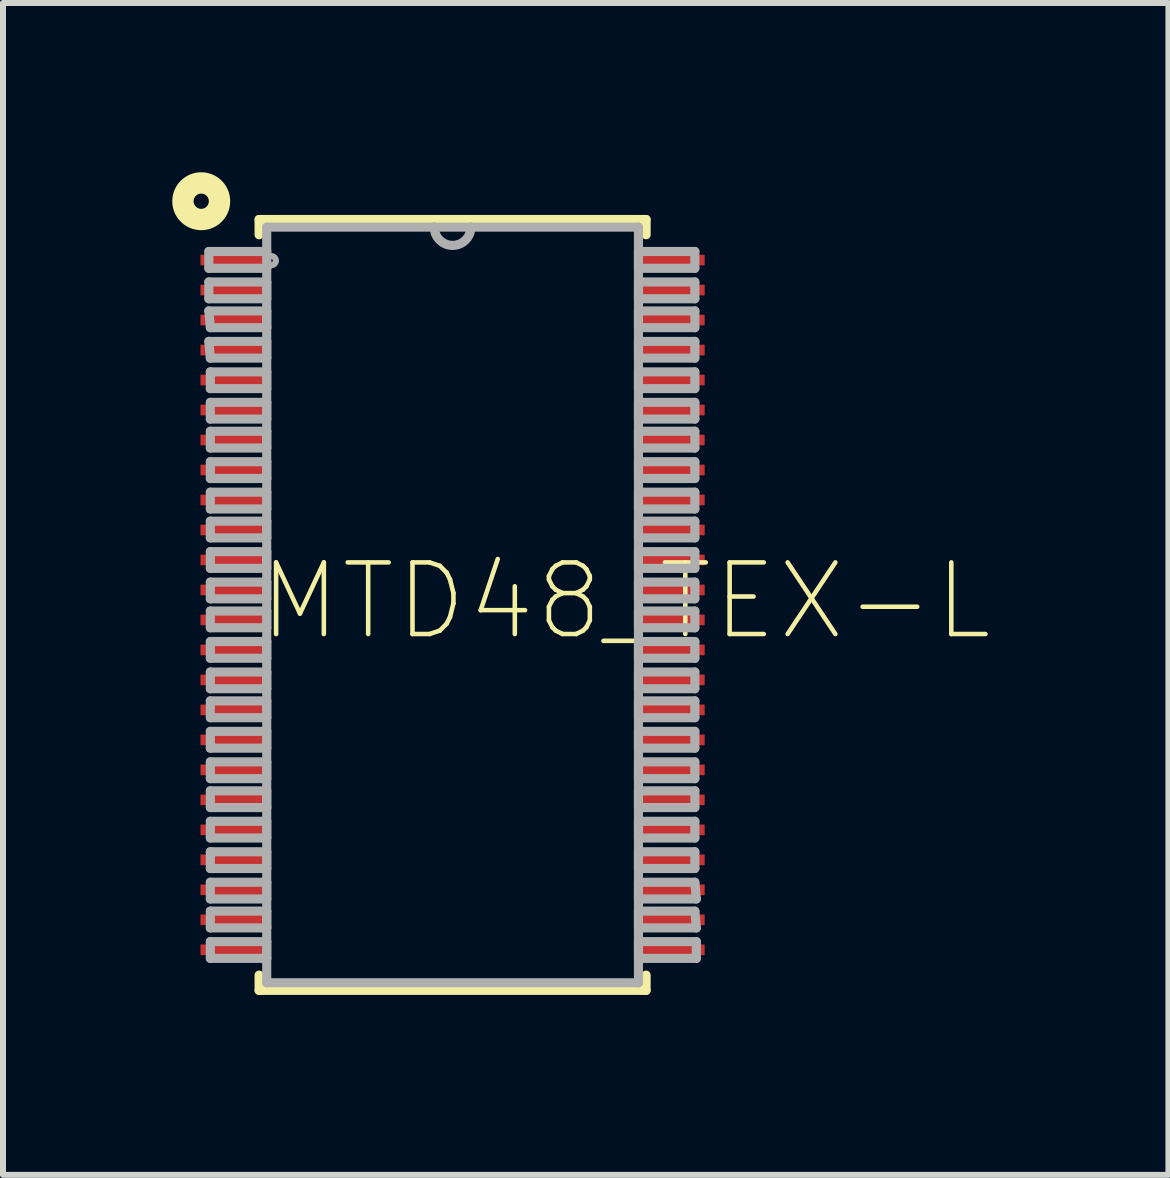
<source format=kicad_pcb>
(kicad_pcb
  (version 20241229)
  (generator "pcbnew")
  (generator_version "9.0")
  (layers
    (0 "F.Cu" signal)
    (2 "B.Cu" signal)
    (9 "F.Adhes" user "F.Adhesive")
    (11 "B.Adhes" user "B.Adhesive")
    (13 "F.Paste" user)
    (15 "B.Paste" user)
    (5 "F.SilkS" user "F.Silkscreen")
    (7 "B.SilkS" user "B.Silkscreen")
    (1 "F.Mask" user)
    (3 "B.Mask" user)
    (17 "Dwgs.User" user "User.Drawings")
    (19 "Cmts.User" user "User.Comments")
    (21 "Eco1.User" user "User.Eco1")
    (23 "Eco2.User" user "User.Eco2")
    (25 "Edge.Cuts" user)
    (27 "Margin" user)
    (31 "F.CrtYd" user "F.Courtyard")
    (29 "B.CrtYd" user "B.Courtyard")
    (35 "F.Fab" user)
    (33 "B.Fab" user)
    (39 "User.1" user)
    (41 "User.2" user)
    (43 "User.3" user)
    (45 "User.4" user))
  (footprint "MTD48_TEX-L"
    (layer "F.Cu")
    (at 4.496 7.036)
    (property "Reference" "MTD48_TEX-L" (at -3.277 0.635 0) (unlocked yes) (layer "F.SilkS") (effects (font (size 1.194 1.194) (thickness 0.076)) (justify left bottom)))
    (fp_line (start -3.226 -6.426) (end -3.226 -6.172) (stroke (width 0.152) (type solid)) (layer "F.SilkS"))
    (fp_line (start -3.226 6.172) (end -3.226 6.426) (stroke (width 0.152) (type solid)) (layer "F.SilkS"))
    (fp_line (start -3.226 6.426) (end 3.226 6.426) (stroke (width 0.152) (type solid)) (layer "F.SilkS"))
    (fp_line (start 3.226 -6.426) (end -3.226 -6.426) (stroke (width 0.152) (type solid)) (layer "F.SilkS"))
    (fp_line (start 3.226 -6.172) (end 3.226 -6.426) (stroke (width 0.152) (type solid)) (layer "F.SilkS"))
    (fp_line (start 3.226 6.426) (end 3.226 6.172) (stroke (width 0.152) (type solid)) (layer "F.SilkS"))
    (fp_circle (center -4.191 -6.731) (end -4.064 -6.731) (stroke (width 0.356) (type solid)) (fill no) (layer "F.SilkS"))
    (fp_line (start -4.064 -5.893) (end -4.064 -5.613) (stroke (width 0.152) (type solid)) (layer "F.Fab"))
    (fp_line (start -4.064 -5.613) (end -3.099 -5.613) (stroke (width 0.152) (type solid)) (layer "F.Fab"))
    (fp_line (start -4.064 -5.385) (end -4.064 -5.105) (stroke (width 0.152) (type solid)) (layer "F.Fab"))
    (fp_line (start -4.064 -5.105) (end -3.099 -5.105) (stroke (width 0.152) (type solid)) (layer "F.Fab"))
    (fp_line (start -4.064 -4.902) (end -4.039 -4.623) (stroke (width 0.152) (type solid)) (layer "F.Fab"))
    (fp_line (start -4.064 -4.394) (end -4.039 -4.115) (stroke (width 0.152) (type solid)) (layer "F.Fab"))
    (fp_line (start -4.039 -4.623) (end -3.099 -4.623) (stroke (width 0.152) (type solid)) (layer "F.Fab"))
    (fp_line (start -4.039 -4.115) (end -3.099 -4.115) (stroke (width 0.152) (type solid)) (layer "F.Fab"))
    (fp_line (start -4.039 -3.886) (end -4.039 -3.607) (stroke (width 0.152) (type solid)) (layer "F.Fab"))
    (fp_line (start -4.039 -3.607) (end -3.099 -3.607) (stroke (width 0.152) (type solid)) (layer "F.Fab"))
    (fp_line (start -4.039 -3.378) (end -4.039 -3.099) (stroke (width 0.152) (type solid)) (layer "F.Fab"))
    (fp_line (start -4.039 -3.099) (end -3.099 -3.099) (stroke (width 0.152) (type solid)) (layer "F.Fab"))
    (fp_line (start -4.039 -2.896) (end -4.039 -2.616) (stroke (width 0.152) (type solid)) (layer "F.Fab"))
    (fp_line (start -4.039 -2.616) (end -3.099 -2.616) (stroke (width 0.152) (type solid)) (layer "F.Fab"))
    (fp_line (start -4.039 -2.388) (end -4.039 -2.108) (stroke (width 0.152) (type solid)) (layer "F.Fab"))
    (fp_line (start -4.039 -2.108) (end -3.099 -2.108) (stroke (width 0.152) (type solid)) (layer "F.Fab"))
    (fp_line (start -4.039 -1.88) (end -4.039 -1.6) (stroke (width 0.152) (type solid)) (layer "F.Fab"))
    (fp_line (start -4.039 -1.6) (end -3.099 -1.6) (stroke (width 0.152) (type solid)) (layer "F.Fab"))
    (fp_line (start -4.039 -1.397) (end -4.039 -1.118) (stroke (width 0.152) (type solid)) (layer "F.Fab"))
    (fp_line (start -4.039 -1.118) (end -3.099 -1.118) (stroke (width 0.152) (type solid)) (layer "F.Fab"))
    (fp_line (start -4.039 -0.889) (end -4.039 -0.61) (stroke (width 0.152) (type solid)) (layer "F.Fab"))
    (fp_line (start -4.039 -0.61) (end -3.099 -0.61) (stroke (width 0.152) (type solid)) (layer "F.Fab"))
    (fp_line (start -4.039 -0.381) (end -4.039 -0.102) (stroke (width 0.152) (type solid)) (layer "F.Fab"))
    (fp_line (start -4.039 -0.102) (end -3.099 -0.102) (stroke (width 0.152) (type solid)) (layer "F.Fab"))
    (fp_line (start -4.039 0.102) (end -4.039 0.381) (stroke (width 0.152) (type solid)) (layer "F.Fab"))
    (fp_line (start -4.039 0.381) (end -3.099 0.381) (stroke (width 0.152) (type solid)) (layer "F.Fab"))
    (fp_line (start -4.039 0.61) (end -4.039 0.889) (stroke (width 0.152) (type solid)) (layer "F.Fab"))
    (fp_line (start -4.039 0.889) (end -3.099 0.889) (stroke (width 0.152) (type solid)) (layer "F.Fab"))
    (fp_line (start -4.039 1.118) (end -4.039 1.397) (stroke (width 0.152) (type solid)) (layer "F.Fab"))
    (fp_line (start -4.039 1.397) (end -3.099 1.397) (stroke (width 0.152) (type solid)) (layer "F.Fab"))
    (fp_line (start -4.039 1.6) (end -4.039 1.88) (stroke (width 0.152) (type solid)) (layer "F.Fab"))
    (fp_line (start -4.039 1.88) (end -3.099 1.88) (stroke (width 0.152) (type solid)) (layer "F.Fab"))
    (fp_line (start -4.039 2.108) (end -4.039 2.388) (stroke (width 0.152) (type solid)) (layer "F.Fab"))
    (fp_line (start -4.039 2.388) (end -3.099 2.388) (stroke (width 0.152) (type solid)) (layer "F.Fab"))
    (fp_line (start -4.039 2.616) (end -4.039 2.896) (stroke (width 0.152) (type solid)) (layer "F.Fab"))
    (fp_line (start -4.039 2.896) (end -3.099 2.896) (stroke (width 0.152) (type solid)) (layer "F.Fab"))
    (fp_line (start -4.039 3.099) (end -4.039 3.378) (stroke (width 0.152) (type solid)) (layer "F.Fab"))
    (fp_line (start -4.039 3.378) (end -3.099 3.378) (stroke (width 0.152) (type solid)) (layer "F.Fab"))
    (fp_line (start -4.039 3.607) (end -4.039 3.886) (stroke (width 0.152) (type solid)) (layer "F.Fab"))
    (fp_line (start -4.039 3.886) (end -3.099 3.886) (stroke (width 0.152) (type solid)) (layer "F.Fab"))
    (fp_line (start -4.039 4.115) (end -4.039 4.394) (stroke (width 0.152) (type solid)) (layer "F.Fab"))
    (fp_line (start -4.039 4.394) (end -3.099 4.394) (stroke (width 0.152) (type solid)) (layer "F.Fab"))
    (fp_line (start -4.039 4.623) (end -4.039 4.902) (stroke (width 0.152) (type solid)) (layer "F.Fab"))
    (fp_line (start -4.039 4.902) (end -3.099 4.902) (stroke (width 0.152) (type solid)) (layer "F.Fab"))
    (fp_line (start -4.039 5.105) (end -4.039 5.385) (stroke (width 0.152) (type solid)) (layer "F.Fab"))
    (fp_line (start -4.039 5.385) (end -3.099 5.385) (stroke (width 0.152) (type solid)) (layer "F.Fab"))
    (fp_line (start -4.039 5.613) (end -4.039 5.893) (stroke (width 0.152) (type solid)) (layer "F.Fab"))
    (fp_line (start -4.039 5.893) (end -3.099 5.893) (stroke (width 0.152) (type solid)) (layer "F.Fab"))
    (fp_line (start -3.099 -6.299) (end -3.099 -5.893) (stroke (width 0.152) (type solid)) (layer "F.Fab"))
    (fp_line (start -3.099 -5.893) (end -4.064 -5.893) (stroke (width 0.152) (type solid)) (layer "F.Fab"))
    (fp_line (start -3.099 -5.74) (end -3.099 -5.893) (stroke (width 0.152) (type solid)) (layer "F.Fab"))
    (fp_line (start -3.099 -5.613) (end -3.099 -5.74) (stroke (width 0.152) (type solid)) (layer "F.Fab"))
    (fp_line (start -3.099 -5.613) (end -3.099 6.299) (stroke (width 0.152) (type solid)) (layer "F.Fab"))
    (fp_line (start -3.099 -5.385) (end -4.064 -5.385) (stroke (width 0.152) (type solid)) (layer "F.Fab"))
    (fp_line (start -3.099 -5.105) (end -3.099 -5.385) (stroke (width 0.152) (type solid)) (layer "F.Fab"))
    (fp_line (start -3.099 -4.902) (end -4.064 -4.902) (stroke (width 0.152) (type solid)) (layer "F.Fab"))
    (fp_line (start -3.099 -4.623) (end -3.099 -4.902) (stroke (width 0.152) (type solid)) (layer "F.Fab"))
    (fp_line (start -3.099 -4.394) (end -4.064 -4.394) (stroke (width 0.152) (type solid)) (layer "F.Fab"))
    (fp_line (start -3.099 -4.115) (end -3.099 -4.394) (stroke (width 0.152) (type solid)) (layer "F.Fab"))
    (fp_line (start -3.099 -3.886) (end -4.039 -3.886) (stroke (width 0.152) (type solid)) (layer "F.Fab"))
    (fp_line (start -3.099 -3.607) (end -3.099 -3.886) (stroke (width 0.152) (type solid)) (layer "F.Fab"))
    (fp_line (start -3.099 -3.378) (end -4.039 -3.378) (stroke (width 0.152) (type solid)) (layer "F.Fab"))
    (fp_line (start -3.099 -3.099) (end -3.099 -3.378) (stroke (width 0.152) (type solid)) (layer "F.Fab"))
    (fp_line (start -3.099 -2.896) (end -4.039 -2.896) (stroke (width 0.152) (type solid)) (layer "F.Fab"))
    (fp_line (start -3.099 -2.616) (end -3.099 -2.896) (stroke (width 0.152) (type solid)) (layer "F.Fab"))
    (fp_line (start -3.099 -2.388) (end -4.039 -2.388) (stroke (width 0.152) (type solid)) (layer "F.Fab"))
    (fp_line (start -3.099 -2.108) (end -3.099 -2.388) (stroke (width 0.152) (type solid)) (layer "F.Fab"))
    (fp_line (start -3.099 -1.88) (end -4.039 -1.88) (stroke (width 0.152) (type solid)) (layer "F.Fab"))
    (fp_line (start -3.099 -1.6) (end -3.099 -1.88) (stroke (width 0.152) (type solid)) (layer "F.Fab"))
    (fp_line (start -3.099 -1.397) (end -4.039 -1.397) (stroke (width 0.152) (type solid)) (layer "F.Fab"))
    (fp_line (start -3.099 -1.118) (end -3.099 -1.397) (stroke (width 0.152) (type solid)) (layer "F.Fab"))
    (fp_line (start -3.099 -0.889) (end -4.039 -0.889) (stroke (width 0.152) (type solid)) (layer "F.Fab"))
    (fp_line (start -3.099 -0.61) (end -3.099 -0.889) (stroke (width 0.152) (type solid)) (layer "F.Fab"))
    (fp_line (start -3.099 -0.381) (end -4.039 -0.381) (stroke (width 0.152) (type solid)) (layer "F.Fab"))
    (fp_line (start -3.099 -0.102) (end -3.099 -0.381) (stroke (width 0.152) (type solid)) (layer "F.Fab"))
    (fp_line (start -3.099 0.102) (end -4.039 0.102) (stroke (width 0.152) (type solid)) (layer "F.Fab"))
    (fp_line (start -3.099 0.381) (end -3.099 0.102) (stroke (width 0.152) (type solid)) (layer "F.Fab"))
    (fp_line (start -3.099 0.61) (end -4.039 0.61) (stroke (width 0.152) (type solid)) (layer "F.Fab"))
    (fp_line (start -3.099 0.889) (end -3.099 0.61) (stroke (width 0.152) (type solid)) (layer "F.Fab"))
    (fp_line (start -3.099 1.118) (end -4.039 1.118) (stroke (width 0.152) (type solid)) (layer "F.Fab"))
    (fp_line (start -3.099 1.397) (end -3.099 1.118) (stroke (width 0.152) (type solid)) (layer "F.Fab"))
    (fp_line (start -3.099 1.6) (end -4.039 1.6) (stroke (width 0.152) (type solid)) (layer "F.Fab"))
    (fp_line (start -3.099 1.88) (end -3.099 1.6) (stroke (width 0.152) (type solid)) (layer "F.Fab"))
    (fp_line (start -3.099 2.108) (end -4.039 2.108) (stroke (width 0.152) (type solid)) (layer "F.Fab"))
    (fp_line (start -3.099 2.388) (end -3.099 2.108) (stroke (width 0.152) (type solid)) (layer "F.Fab"))
    (fp_line (start -3.099 2.616) (end -4.039 2.616) (stroke (width 0.152) (type solid)) (layer "F.Fab"))
    (fp_line (start -3.099 2.896) (end -3.099 2.616) (stroke (width 0.152) (type solid)) (layer "F.Fab"))
    (fp_line (start -3.099 3.099) (end -4.039 3.099) (stroke (width 0.152) (type solid)) (layer "F.Fab"))
    (fp_line (start -3.099 3.378) (end -3.099 3.099) (stroke (width 0.152) (type solid)) (layer "F.Fab"))
    (fp_line (start -3.099 3.607) (end -4.039 3.607) (stroke (width 0.152) (type solid)) (layer "F.Fab"))
    (fp_line (start -3.099 3.886) (end -3.099 3.607) (stroke (width 0.152) (type solid)) (layer "F.Fab"))
    (fp_line (start -3.099 4.115) (end -4.039 4.115) (stroke (width 0.152) (type solid)) (layer "F.Fab"))
    (fp_line (start -3.099 4.394) (end -3.099 4.115) (stroke (width 0.152) (type solid)) (layer "F.Fab"))
    (fp_line (start -3.099 4.623) (end -4.039 4.623) (stroke (width 0.152) (type solid)) (layer "F.Fab"))
    (fp_line (start -3.099 4.902) (end -3.099 4.623) (stroke (width 0.152) (type solid)) (layer "F.Fab"))
    (fp_line (start -3.099 5.105) (end -4.039 5.105) (stroke (width 0.152) (type solid)) (layer "F.Fab"))
    (fp_line (start -3.099 5.385) (end -3.099 5.105) (stroke (width 0.152) (type solid)) (layer "F.Fab"))
    (fp_line (start -3.099 5.613) (end -4.039 5.613) (stroke (width 0.152) (type solid)) (layer "F.Fab"))
    (fp_line (start -3.099 5.893) (end -3.099 5.613) (stroke (width 0.152) (type solid)) (layer "F.Fab"))
    (fp_line (start -3.099 6.299) (end 3.099 6.299) (stroke (width 0.152) (type solid)) (layer "F.Fab"))
    (fp_line (start -0.305 -6.299) (end -3.099 -6.299) (stroke (width 0.152) (type solid)) (layer "F.Fab"))
    (fp_line (start 0.305 -6.299) (end -0.305 -6.299) (stroke (width 0.152) (type solid)) (layer "F.Fab"))
    (fp_line (start 3.099 -6.299) (end 0.305 -6.299) (stroke (width 0.152) (type solid)) (layer "F.Fab"))
    (fp_line (start 3.099 -5.893) (end 3.099 -5.613) (stroke (width 0.152) (type solid)) (layer "F.Fab"))
    (fp_line (start 3.099 -5.613) (end 4.039 -5.613) (stroke (width 0.152) (type solid)) (layer "F.Fab"))
    (fp_line (start 3.099 -5.385) (end 3.099 -5.105) (stroke (width 0.152) (type solid)) (layer "F.Fab"))
    (fp_line (start 3.099 -5.105) (end 4.039 -5.105) (stroke (width 0.152) (type solid)) (layer "F.Fab"))
    (fp_line (start 3.099 -4.902) (end 3.099 -4.623) (stroke (width 0.152) (type solid)) (layer "F.Fab"))
    (fp_line (start 3.099 -4.623) (end 4.039 -4.623) (stroke (width 0.152) (type solid)) (layer "F.Fab"))
    (fp_line (start 3.099 -4.394) (end 3.099 -4.115) (stroke (width 0.152) (type solid)) (layer "F.Fab"))
    (fp_line (start 3.099 -4.115) (end 4.039 -4.115) (stroke (width 0.152) (type solid)) (layer "F.Fab"))
    (fp_line (start 3.099 -3.886) (end 3.099 -3.607) (stroke (width 0.152) (type solid)) (layer "F.Fab"))
    (fp_line (start 3.099 -3.607) (end 4.039 -3.607) (stroke (width 0.152) (type solid)) (layer "F.Fab"))
    (fp_line (start 3.099 -3.378) (end 3.099 -3.099) (stroke (width 0.152) (type solid)) (layer "F.Fab"))
    (fp_line (start 3.099 -3.099) (end 4.039 -3.099) (stroke (width 0.152) (type solid)) (layer "F.Fab"))
    (fp_line (start 3.099 -2.896) (end 3.099 -2.616) (stroke (width 0.152) (type solid)) (layer "F.Fab"))
    (fp_line (start 3.099 -2.616) (end 4.039 -2.616) (stroke (width 0.152) (type solid)) (layer "F.Fab"))
    (fp_line (start 3.099 -2.388) (end 3.099 -2.108) (stroke (width 0.152) (type solid)) (layer "F.Fab"))
    (fp_line (start 3.099 -2.108) (end 4.039 -2.108) (stroke (width 0.152) (type solid)) (layer "F.Fab"))
    (fp_line (start 3.099 -1.88) (end 3.099 -1.6) (stroke (width 0.152) (type solid)) (layer "F.Fab"))
    (fp_line (start 3.099 -1.6) (end 4.039 -1.6) (stroke (width 0.152) (type solid)) (layer "F.Fab"))
    (fp_line (start 3.099 -1.397) (end 3.099 -1.118) (stroke (width 0.152) (type solid)) (layer "F.Fab"))
    (fp_line (start 3.099 -1.118) (end 4.039 -1.118) (stroke (width 0.152) (type solid)) (layer "F.Fab"))
    (fp_line (start 3.099 -0.889) (end 3.099 -0.61) (stroke (width 0.152) (type solid)) (layer "F.Fab"))
    (fp_line (start 3.099 -0.61) (end 4.039 -0.61) (stroke (width 0.152) (type solid)) (layer "F.Fab"))
    (fp_line (start 3.099 -0.381) (end 3.099 -0.102) (stroke (width 0.152) (type solid)) (layer "F.Fab"))
    (fp_line (start 3.099 -0.102) (end 4.039 -0.102) (stroke (width 0.152) (type solid)) (layer "F.Fab"))
    (fp_line (start 3.099 0.102) (end 3.099 0.381) (stroke (width 0.152) (type solid)) (layer "F.Fab"))
    (fp_line (start 3.099 0.381) (end 4.039 0.381) (stroke (width 0.152) (type solid)) (layer "F.Fab"))
    (fp_line (start 3.099 0.61) (end 3.099 0.889) (stroke (width 0.152) (type solid)) (layer "F.Fab"))
    (fp_line (start 3.099 0.889) (end 4.039 0.889) (stroke (width 0.152) (type solid)) (layer "F.Fab"))
    (fp_line (start 3.099 1.118) (end 3.099 1.397) (stroke (width 0.152) (type solid)) (layer "F.Fab"))
    (fp_line (start 3.099 1.397) (end 4.039 1.397) (stroke (width 0.152) (type solid)) (layer "F.Fab"))
    (fp_line (start 3.099 1.6) (end 3.099 1.88) (stroke (width 0.152) (type solid)) (layer "F.Fab"))
    (fp_line (start 3.099 1.88) (end 4.039 1.88) (stroke (width 0.152) (type solid)) (layer "F.Fab"))
    (fp_line (start 3.099 2.108) (end 3.099 2.388) (stroke (width 0.152) (type solid)) (layer "F.Fab"))
    (fp_line (start 3.099 2.388) (end 4.039 2.388) (stroke (width 0.152) (type solid)) (layer "F.Fab"))
    (fp_line (start 3.099 2.616) (end 3.099 2.896) (stroke (width 0.152) (type solid)) (layer "F.Fab"))
    (fp_line (start 3.099 2.896) (end 4.039 2.896) (stroke (width 0.152) (type solid)) (layer "F.Fab"))
    (fp_line (start 3.099 3.099) (end 3.099 3.378) (stroke (width 0.152) (type solid)) (layer "F.Fab"))
    (fp_line (start 3.099 3.378) (end 4.039 3.378) (stroke (width 0.152) (type solid)) (layer "F.Fab"))
    (fp_line (start 3.099 3.607) (end 3.099 3.886) (stroke (width 0.152) (type solid)) (layer "F.Fab"))
    (fp_line (start 3.099 3.886) (end 4.039 3.886) (stroke (width 0.152) (type solid)) (layer "F.Fab"))
    (fp_line (start 3.099 4.115) (end 3.099 4.394) (stroke (width 0.152) (type solid)) (layer "F.Fab"))
    (fp_line (start 3.099 4.394) (end 4.039 4.394) (stroke (width 0.152) (type solid)) (layer "F.Fab"))
    (fp_line (start 3.099 4.623) (end 3.099 4.902) (stroke (width 0.152) (type solid)) (layer "F.Fab"))
    (fp_line (start 3.099 4.902) (end 4.064 4.902) (stroke (width 0.152) (type solid)) (layer "F.Fab"))
    (fp_line (start 3.099 5.105) (end 3.099 5.385) (stroke (width 0.152) (type solid)) (layer "F.Fab"))
    (fp_line (start 3.099 5.385) (end 4.064 5.385) (stroke (width 0.152) (type solid)) (layer "F.Fab"))
    (fp_line (start 3.099 5.613) (end 3.099 5.893) (stroke (width 0.152) (type solid)) (layer "F.Fab"))
    (fp_line (start 3.099 5.893) (end 4.064 5.893) (stroke (width 0.152) (type solid)) (layer "F.Fab"))
    (fp_line (start 3.099 6.299) (end 3.099 -6.299) (stroke (width 0.152) (type solid)) (layer "F.Fab"))
    (fp_line (start 4.039 -5.893) (end 3.099 -5.893) (stroke (width 0.152) (type solid)) (layer "F.Fab"))
    (fp_line (start 4.039 -5.613) (end 4.039 -5.893) (stroke (width 0.152) (type solid)) (layer "F.Fab"))
    (fp_line (start 4.039 -5.385) (end 3.099 -5.385) (stroke (width 0.152) (type solid)) (layer "F.Fab"))
    (fp_line (start 4.039 -5.105) (end 4.039 -5.385) (stroke (width 0.152) (type solid)) (layer "F.Fab"))
    (fp_line (start 4.039 -4.902) (end 3.099 -4.902) (stroke (width 0.152) (type solid)) (layer "F.Fab"))
    (fp_line (start 4.039 -4.623) (end 4.039 -4.902) (stroke (width 0.152) (type solid)) (layer "F.Fab"))
    (fp_line (start 4.039 -4.394) (end 3.099 -4.394) (stroke (width 0.152) (type solid)) (layer "F.Fab"))
    (fp_line (start 4.039 -4.115) (end 4.039 -4.394) (stroke (width 0.152) (type solid)) (layer "F.Fab"))
    (fp_line (start 4.039 -3.886) (end 3.099 -3.886) (stroke (width 0.152) (type solid)) (layer "F.Fab"))
    (fp_line (start 4.039 -3.607) (end 4.039 -3.886) (stroke (width 0.152) (type solid)) (layer "F.Fab"))
    (fp_line (start 4.039 -3.378) (end 3.099 -3.378) (stroke (width 0.152) (type solid)) (layer "F.Fab"))
    (fp_line (start 4.039 -3.099) (end 4.039 -3.378) (stroke (width 0.152) (type solid)) (layer "F.Fab"))
    (fp_line (start 4.039 -2.896) (end 3.099 -2.896) (stroke (width 0.152) (type solid)) (layer "F.Fab"))
    (fp_line (start 4.039 -2.616) (end 4.039 -2.896) (stroke (width 0.152) (type solid)) (layer "F.Fab"))
    (fp_line (start 4.039 -2.388) (end 3.099 -2.388) (stroke (width 0.152) (type solid)) (layer "F.Fab"))
    (fp_line (start 4.039 -2.108) (end 4.039 -2.388) (stroke (width 0.152) (type solid)) (layer "F.Fab"))
    (fp_line (start 4.039 -1.88) (end 3.099 -1.88) (stroke (width 0.152) (type solid)) (layer "F.Fab"))
    (fp_line (start 4.039 -1.6) (end 4.039 -1.88) (stroke (width 0.152) (type solid)) (layer "F.Fab"))
    (fp_line (start 4.039 -1.397) (end 3.099 -1.397) (stroke (width 0.152) (type solid)) (layer "F.Fab"))
    (fp_line (start 4.039 -1.118) (end 4.039 -1.397) (stroke (width 0.152) (type solid)) (layer "F.Fab"))
    (fp_line (start 4.039 -0.889) (end 3.099 -0.889) (stroke (width 0.152) (type solid)) (layer "F.Fab"))
    (fp_line (start 4.039 -0.61) (end 4.039 -0.889) (stroke (width 0.152) (type solid)) (layer "F.Fab"))
    (fp_line (start 4.039 -0.381) (end 3.099 -0.381) (stroke (width 0.152) (type solid)) (layer "F.Fab"))
    (fp_line (start 4.039 -0.102) (end 4.039 -0.381) (stroke (width 0.152) (type solid)) (layer "F.Fab"))
    (fp_line (start 4.039 0.102) (end 3.099 0.102) (stroke (width 0.152) (type solid)) (layer "F.Fab"))
    (fp_line (start 4.039 0.381) (end 4.039 0.102) (stroke (width 0.152) (type solid)) (layer "F.Fab"))
    (fp_line (start 4.039 0.61) (end 3.099 0.61) (stroke (width 0.152) (type solid)) (layer "F.Fab"))
    (fp_line (start 4.039 0.889) (end 4.039 0.61) (stroke (width 0.152) (type solid)) (layer "F.Fab"))
    (fp_line (start 4.039 1.118) (end 3.099 1.118) (stroke (width 0.152) (type solid)) (layer "F.Fab"))
    (fp_line (start 4.039 1.397) (end 4.039 1.118) (stroke (width 0.152) (type solid)) (layer "F.Fab"))
    (fp_line (start 4.039 1.6) (end 3.099 1.6) (stroke (width 0.152) (type solid)) (layer "F.Fab"))
    (fp_line (start 4.039 1.88) (end 4.039 1.6) (stroke (width 0.152) (type solid)) (layer "F.Fab"))
    (fp_line (start 4.039 2.108) (end 3.099 2.108) (stroke (width 0.152) (type solid)) (layer "F.Fab"))
    (fp_line (start 4.039 2.388) (end 4.039 2.108) (stroke (width 0.152) (type solid)) (layer "F.Fab"))
    (fp_line (start 4.039 2.616) (end 3.099 2.616) (stroke (width 0.152) (type solid)) (layer "F.Fab"))
    (fp_line (start 4.039 2.896) (end 4.039 2.616) (stroke (width 0.152) (type solid)) (layer "F.Fab"))
    (fp_line (start 4.039 3.099) (end 3.099 3.099) (stroke (width 0.152) (type solid)) (layer "F.Fab"))
    (fp_line (start 4.039 3.378) (end 4.039 3.099) (stroke (width 0.152) (type solid)) (layer "F.Fab"))
    (fp_line (start 4.039 3.607) (end 3.099 3.607) (stroke (width 0.152) (type solid)) (layer "F.Fab"))
    (fp_line (start 4.039 3.886) (end 4.039 3.607) (stroke (width 0.152) (type solid)) (layer "F.Fab"))
    (fp_line (start 4.039 4.115) (end 3.099 4.115) (stroke (width 0.152) (type solid)) (layer "F.Fab"))
    (fp_line (start 4.039 4.394) (end 4.039 4.115) (stroke (width 0.152) (type solid)) (layer "F.Fab"))
    (fp_line (start 4.039 4.623) (end 3.099 4.623) (stroke (width 0.152) (type solid)) (layer "F.Fab"))
    (fp_line (start 4.039 5.105) (end 3.099 5.105) (stroke (width 0.152) (type solid)) (layer "F.Fab"))
    (fp_line (start 4.064 4.902) (end 4.039 4.623) (stroke (width 0.152) (type solid)) (layer "F.Fab"))
    (fp_line (start 4.064 5.385) (end 4.039 5.105) (stroke (width 0.152) (type solid)) (layer "F.Fab"))
    (fp_line (start 4.064 5.613) (end 3.099 5.613) (stroke (width 0.152) (type solid)) (layer "F.Fab"))
    (fp_line (start 4.064 5.893) (end 4.064 5.613) (stroke (width 0.152) (type solid)) (layer "F.Fab"))
    (fp_arc (start -3.0988 -5.7404) (mid -3.0226 -5.8166) (end -2.9464 -5.7404) (stroke (width 0.1) (type solid)) (layer "F.Fab"))
    (fp_arc (start -2.9464 -5.7404) (mid -3.0226 -5.6642) (end -3.0988 -5.7404) (stroke (width 0.1) (type solid)) (layer "F.Fab"))
    (fp_arc (start 0.3048 -6.2992) (mid 0 -5.9944) (end -0.3048 -6.2992) (stroke (width 0.1524) (type solid)) (layer "F.Fab"))
    (pad "1" smd rect (at -3.619 -5.75) (size 1.168 0.178) (layers "F.Cu" "F.Mask" "F.Paste"))
    (pad "2" smd rect (at -3.619 -5.25) (size 1.168 0.178) (layers "F.Cu" "F.Mask" "F.Paste"))
    (pad "3" smd rect (at -3.619 -4.75) (size 1.168 0.178) (layers "F.Cu" "F.Mask" "F.Paste"))
    (pad "4" smd rect (at -3.619 -4.25) (size 1.168 0.178) (layers "F.Cu" "F.Mask" "F.Paste"))
    (pad "5" smd rect (at -3.619 -3.75) (size 1.168 0.178) (layers "F.Cu" "F.Mask" "F.Paste"))
    (pad "6" smd rect (at -3.619 -3.25) (size 1.168 0.178) (layers "F.Cu" "F.Mask" "F.Paste"))
    (pad "7" smd rect (at -3.619 -2.75) (size 1.168 0.178) (layers "F.Cu" "F.Mask" "F.Paste"))
    (pad "8" smd rect (at -3.619 -2.25) (size 1.168 0.178) (layers "F.Cu" "F.Mask" "F.Paste"))
    (pad "9" smd rect (at -3.619 -1.75) (size 1.168 0.178) (layers "F.Cu" "F.Mask" "F.Paste"))
    (pad "10" smd rect (at -3.619 -1.25) (size 1.168 0.178) (layers "F.Cu" "F.Mask" "F.Paste"))
    (pad "11" smd rect (at -3.619 -0.75) (size 1.168 0.178) (layers "F.Cu" "F.Mask" "F.Paste"))
    (pad "12" smd rect (at -3.619 -0.25) (size 1.168 0.178) (layers "F.Cu" "F.Mask" "F.Paste"))
    (pad "13" smd rect (at -3.619 0.25) (size 1.168 0.178) (layers "F.Cu" "F.Mask" "F.Paste"))
    (pad "14" smd rect (at -3.619 0.75) (size 1.168 0.178) (layers "F.Cu" "F.Mask" "F.Paste"))
    (pad "15" smd rect (at -3.619 1.25) (size 1.168 0.178) (layers "F.Cu" "F.Mask" "F.Paste"))
    (pad "16" smd rect (at -3.619 1.75) (size 1.168 0.178) (layers "F.Cu" "F.Mask" "F.Paste"))
    (pad "17" smd rect (at -3.619 2.25) (size 1.168 0.178) (layers "F.Cu" "F.Mask" "F.Paste"))
    (pad "18" smd rect (at -3.619 2.75) (size 1.168 0.178) (layers "F.Cu" "F.Mask" "F.Paste"))
    (pad "19" smd rect (at -3.619 3.25) (size 1.168 0.178) (layers "F.Cu" "F.Mask" "F.Paste"))
    (pad "20" smd rect (at -3.619 3.75) (size 1.168 0.178) (layers "F.Cu" "F.Mask" "F.Paste"))
    (pad "21" smd rect (at -3.619 4.25) (size 1.168 0.178) (layers "F.Cu" "F.Mask" "F.Paste"))
    (pad "22" smd rect (at -3.619 4.75) (size 1.168 0.178) (layers "F.Cu" "F.Mask" "F.Paste"))
    (pad "23" smd rect (at -3.619 5.25) (size 1.168 0.178) (layers "F.Cu" "F.Mask" "F.Paste"))
    (pad "24" smd rect (at -3.619 5.75) (size 1.168 0.178) (layers "F.Cu" "F.Mask" "F.Paste"))
    (pad "25" smd rect (at 3.619 5.75 180) (size 1.168 0.178) (layers "F.Cu" "F.Mask" "F.Paste"))
    (pad "26" smd rect (at 3.619 5.25 180) (size 1.168 0.178) (layers "F.Cu" "F.Mask" "F.Paste"))
    (pad "27" smd rect (at 3.619 4.75 180) (size 1.168 0.178) (layers "F.Cu" "F.Mask" "F.Paste"))
    (pad "28" smd rect (at 3.619 4.25 180) (size 1.168 0.178) (layers "F.Cu" "F.Mask" "F.Paste"))
    (pad "29" smd rect (at 3.619 3.75 180) (size 1.168 0.178) (layers "F.Cu" "F.Mask" "F.Paste"))
    (pad "30" smd rect (at 3.619 3.25 180) (size 1.168 0.178) (layers "F.Cu" "F.Mask" "F.Paste"))
    (pad "31" smd rect (at 3.619 2.75 180) (size 1.168 0.178) (layers "F.Cu" "F.Mask" "F.Paste"))
    (pad "32" smd rect (at 3.619 2.25 180) (size 1.168 0.178) (layers "F.Cu" "F.Mask" "F.Paste"))
    (pad "33" smd rect (at 3.619 1.75 180) (size 1.168 0.178) (layers "F.Cu" "F.Mask" "F.Paste"))
    (pad "34" smd rect (at 3.619 1.25 180) (size 1.168 0.178) (layers "F.Cu" "F.Mask" "F.Paste"))
    (pad "35" smd rect (at 3.619 0.75 180) (size 1.168 0.178) (layers "F.Cu" "F.Mask" "F.Paste"))
    (pad "36" smd rect (at 3.619 0.25 180) (size 1.168 0.178) (layers "F.Cu" "F.Mask" "F.Paste"))
    (pad "37" smd rect (at 3.619 -0.25 180) (size 1.168 0.178) (layers "F.Cu" "F.Mask" "F.Paste"))
    (pad "38" smd rect (at 3.619 -0.75 180) (size 1.168 0.178) (layers "F.Cu" "F.Mask" "F.Paste"))
    (pad "39" smd rect (at 3.619 -1.25 180) (size 1.168 0.178) (layers "F.Cu" "F.Mask" "F.Paste"))
    (pad "40" smd rect (at 3.619 -1.75 180) (size 1.168 0.178) (layers "F.Cu" "F.Mask" "F.Paste"))
    (pad "41" smd rect (at 3.619 -2.25 180) (size 1.168 0.178) (layers "F.Cu" "F.Mask" "F.Paste"))
    (pad "42" smd rect (at 3.619 -2.75 180) (size 1.168 0.178) (layers "F.Cu" "F.Mask" "F.Paste"))
    (pad "43" smd rect (at 3.619 -3.25 180) (size 1.168 0.178) (layers "F.Cu" "F.Mask" "F.Paste"))
    (pad "44" smd rect (at 3.619 -3.75 180) (size 1.168 0.178) (layers "F.Cu" "F.Mask" "F.Paste"))
    (pad "45" smd rect (at 3.619 -4.25 180) (size 1.168 0.178) (layers "F.Cu" "F.Mask" "F.Paste"))
    (pad "46" smd rect (at 3.619 -4.75 180) (size 1.168 0.178) (layers "F.Cu" "F.Mask" "F.Paste"))
    (pad "47" smd rect (at 3.619 -5.25 180) (size 1.168 0.178) (layers "F.Cu" "F.Mask" "F.Paste"))
    (pad "48" smd rect (at 3.619 -5.75 180) (size 1.168 0.178) (layers "F.Cu" "F.Mask" "F.Paste")))
  (gr_rect
    (start -3 -3)
    (end 16.431 16.538)
    (stroke (width 0.1) (type default))
    (fill no)
    (layer "Edge.Cuts")))
</source>
